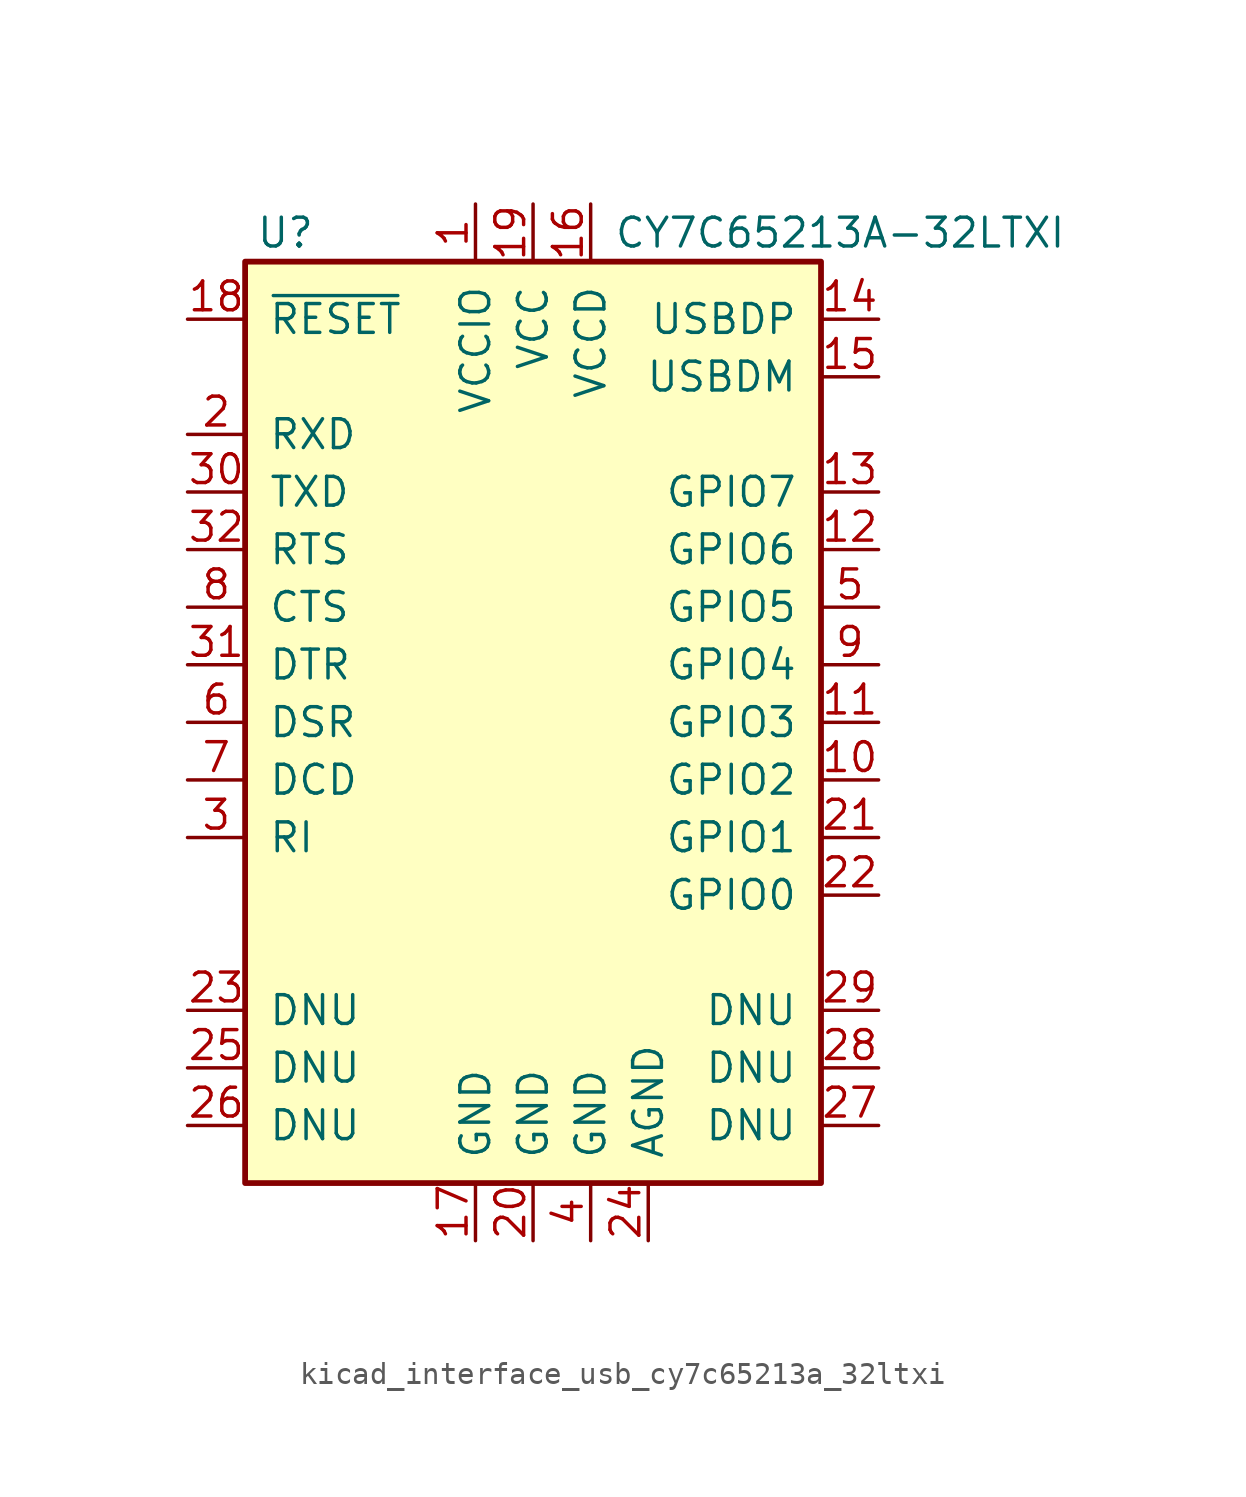
<source format=kicad_sym>
(kicad_symbol_lib
  (version 20220914)
  (generator kicad_symbol_editor)
  (symbol "kicad_interface_usb_cy7c65213a_32ltxi"
    (pin_names
      (offset 1.016))
    (property "Reference" "U"
      (at -10.922 19.05 0)
      (effects (font (size 1.27 1.27))))
    (property "Value" "CY7C65213A-32LTXI"
      (at 3.556 19.05 0)
      (effects (font (size 1.27 1.27)) (justify left)))
    (symbol "kicad_interface_usb_cy7c65213a_32ltxi_0_1"
      (rectangle (start -12.7 17.78) (end 12.7 -22.86) (stroke (width 0.254) (type default)) (fill (type background))))
    (symbol "kicad_interface_usb_cy7c65213a_32ltxi_1_1"
      (pin power_in line (at -2.54 20.32 270) (length 2.54) (name "VCCIO" (effects (font (size 1.27 1.27)))) (number "1" (effects (font (size 1.27 1.27)))))
      (pin tri_state line (at 15.24 -5.08 180) (length 2.54) (name "GPIO2" (effects (font (size 1.27 1.27)))) (number "10" (effects (font (size 1.27 1.27)))))
      (pin bidirectional line (at 15.24 -2.54 180) (length 2.54) (name "GPIO3" (effects (font (size 1.27 1.27)))) (number "11" (effects (font (size 1.27 1.27)))))
      (pin tri_state line (at 15.24 5.08 180) (length 2.54) (name "GPIO6" (effects (font (size 1.27 1.27)))) (number "12" (effects (font (size 1.27 1.27)))))
      (pin tri_state line (at 15.24 7.62 180) (length 2.54) (name "GPIO7" (effects (font (size 1.27 1.27)))) (number "13" (effects (font (size 1.27 1.27)))))
      (pin bidirectional line (at 15.24 15.24 180) (length 2.54) (name "USBDP" (effects (font (size 1.27 1.27)))) (number "14" (effects (font (size 1.27 1.27)))))
      (pin bidirectional line (at 15.24 12.7 180) (length 2.54) (name "USBDM" (effects (font (size 1.27 1.27)))) (number "15" (effects (font (size 1.27 1.27)))))
      (pin passive line (at 2.54 20.32 270) (length 2.54) (name "VCCD" (effects (font (size 1.27 1.27)))) (number "16" (effects (font (size 1.27 1.27)))))
      (pin power_in line (at -2.54 -25.4 90) (length 2.54) (name "GND" (effects (font (size 1.27 1.27)))) (number "17" (effects (font (size 1.27 1.27)))))
      (pin bidirectional line (at -15.24 15.24 0) (length 2.54) (name "~{RESET}" (effects (font (size 1.27 1.27)))) (number "18" (effects (font (size 1.27 1.27)))))
      (pin power_in line (at 0 20.32 270) (length 2.54) (name "VCC" (effects (font (size 1.27 1.27)))) (number "19" (effects (font (size 1.27 1.27)))))
      (pin input line (at -15.24 10.16 0) (length 2.54) (name "RXD" (effects (font (size 1.27 1.27)))) (number "2" (effects (font (size 1.27 1.27)))))
      (pin power_in line (at 0 -25.4 90) (length 2.54) (name "GND" (effects (font (size 1.27 1.27)))) (number "20" (effects (font (size 1.27 1.27)))))
      (pin bidirectional line (at 15.24 -7.62 180) (length 2.54) (name "GPIO1" (effects (font (size 1.27 1.27)))) (number "21" (effects (font (size 1.27 1.27)))))
      (pin bidirectional line (at 15.24 -10.16 180) (length 2.54) (name "GPIO0" (effects (font (size 1.27 1.27)))) (number "22" (effects (font (size 1.27 1.27)))))
      (pin passive line (at -15.24 -15.24 0) (length 2.54) (name "DNU" (effects (font (size 1.27 1.27)))) (number "23" (effects (font (size 1.27 1.27)))))
      (pin power_in line (at 5.08 -25.4 90) (length 2.54) (name "AGND" (effects (font (size 1.27 1.27)))) (number "24" (effects (font (size 1.27 1.27)))))
      (pin passive line (at -15.24 -17.78 0) (length 2.54) (name "DNU" (effects (font (size 1.27 1.27)))) (number "25" (effects (font (size 1.27 1.27)))))
      (pin passive line (at -15.24 -20.32 0) (length 2.54) (name "DNU" (effects (font (size 1.27 1.27)))) (number "26" (effects (font (size 1.27 1.27)))))
      (pin passive line (at 15.24 -20.32 180) (length 2.54) (name "DNU" (effects (font (size 1.27 1.27)))) (number "27" (effects (font (size 1.27 1.27)))))
      (pin passive line (at 15.24 -17.78 180) (length 2.54) (name "DNU" (effects (font (size 1.27 1.27)))) (number "28" (effects (font (size 1.27 1.27)))))
      (pin passive line (at 15.24 -15.24 180) (length 2.54) (name "DNU" (effects (font (size 1.27 1.27)))) (number "29" (effects (font (size 1.27 1.27)))))
      (pin input line (at -15.24 -7.62 0) (length 2.54) (name "RI" (effects (font (size 1.27 1.27)))) (number "3" (effects (font (size 1.27 1.27)))))
      (pin output line (at -15.24 7.62 0) (length 2.54) (name "TXD" (effects (font (size 1.27 1.27)))) (number "30" (effects (font (size 1.27 1.27)))))
      (pin output line (at -15.24 0 0) (length 2.54) (name "DTR" (effects (font (size 1.27 1.27)))) (number "31" (effects (font (size 1.27 1.27)))))
      (pin output line (at -15.24 5.08 0) (length 2.54) (name "RTS" (effects (font (size 1.27 1.27)))) (number "32" (effects (font (size 1.27 1.27)))))
      (pin no_connect line (at -12.7 -12.7 0) (length 2.54) hide (name "1EP" (effects (font (size 1.27 1.27)))) (number "33" (effects (font (size 1.27 1.27)))))
      (pin power_in line (at 2.54 -25.4 90) (length 2.54) (name "GND" (effects (font (size 1.27 1.27)))) (number "4" (effects (font (size 1.27 1.27)))))
      (pin tri_state line (at 15.24 2.54 180) (length 2.54) (name "GPIO5" (effects (font (size 1.27 1.27)))) (number "5" (effects (font (size 1.27 1.27)))))
      (pin input line (at -15.24 -2.54 0) (length 2.54) (name "DSR" (effects (font (size 1.27 1.27)))) (number "6" (effects (font (size 1.27 1.27)))))
      (pin input line (at -15.24 -5.08 0) (length 2.54) (name "DCD" (effects (font (size 1.27 1.27)))) (number "7" (effects (font (size 1.27 1.27)))))
      (pin input line (at -15.24 2.54 0) (length 2.54) (name "CTS" (effects (font (size 1.27 1.27)))) (number "8" (effects (font (size 1.27 1.27)))))
      (pin bidirectional line (at 15.24 0 180) (length 2.54) (name "GPIO4" (effects (font (size 1.27 1.27)))) (number "9" (effects (font (size 1.27 1.27))))))))
</source>
